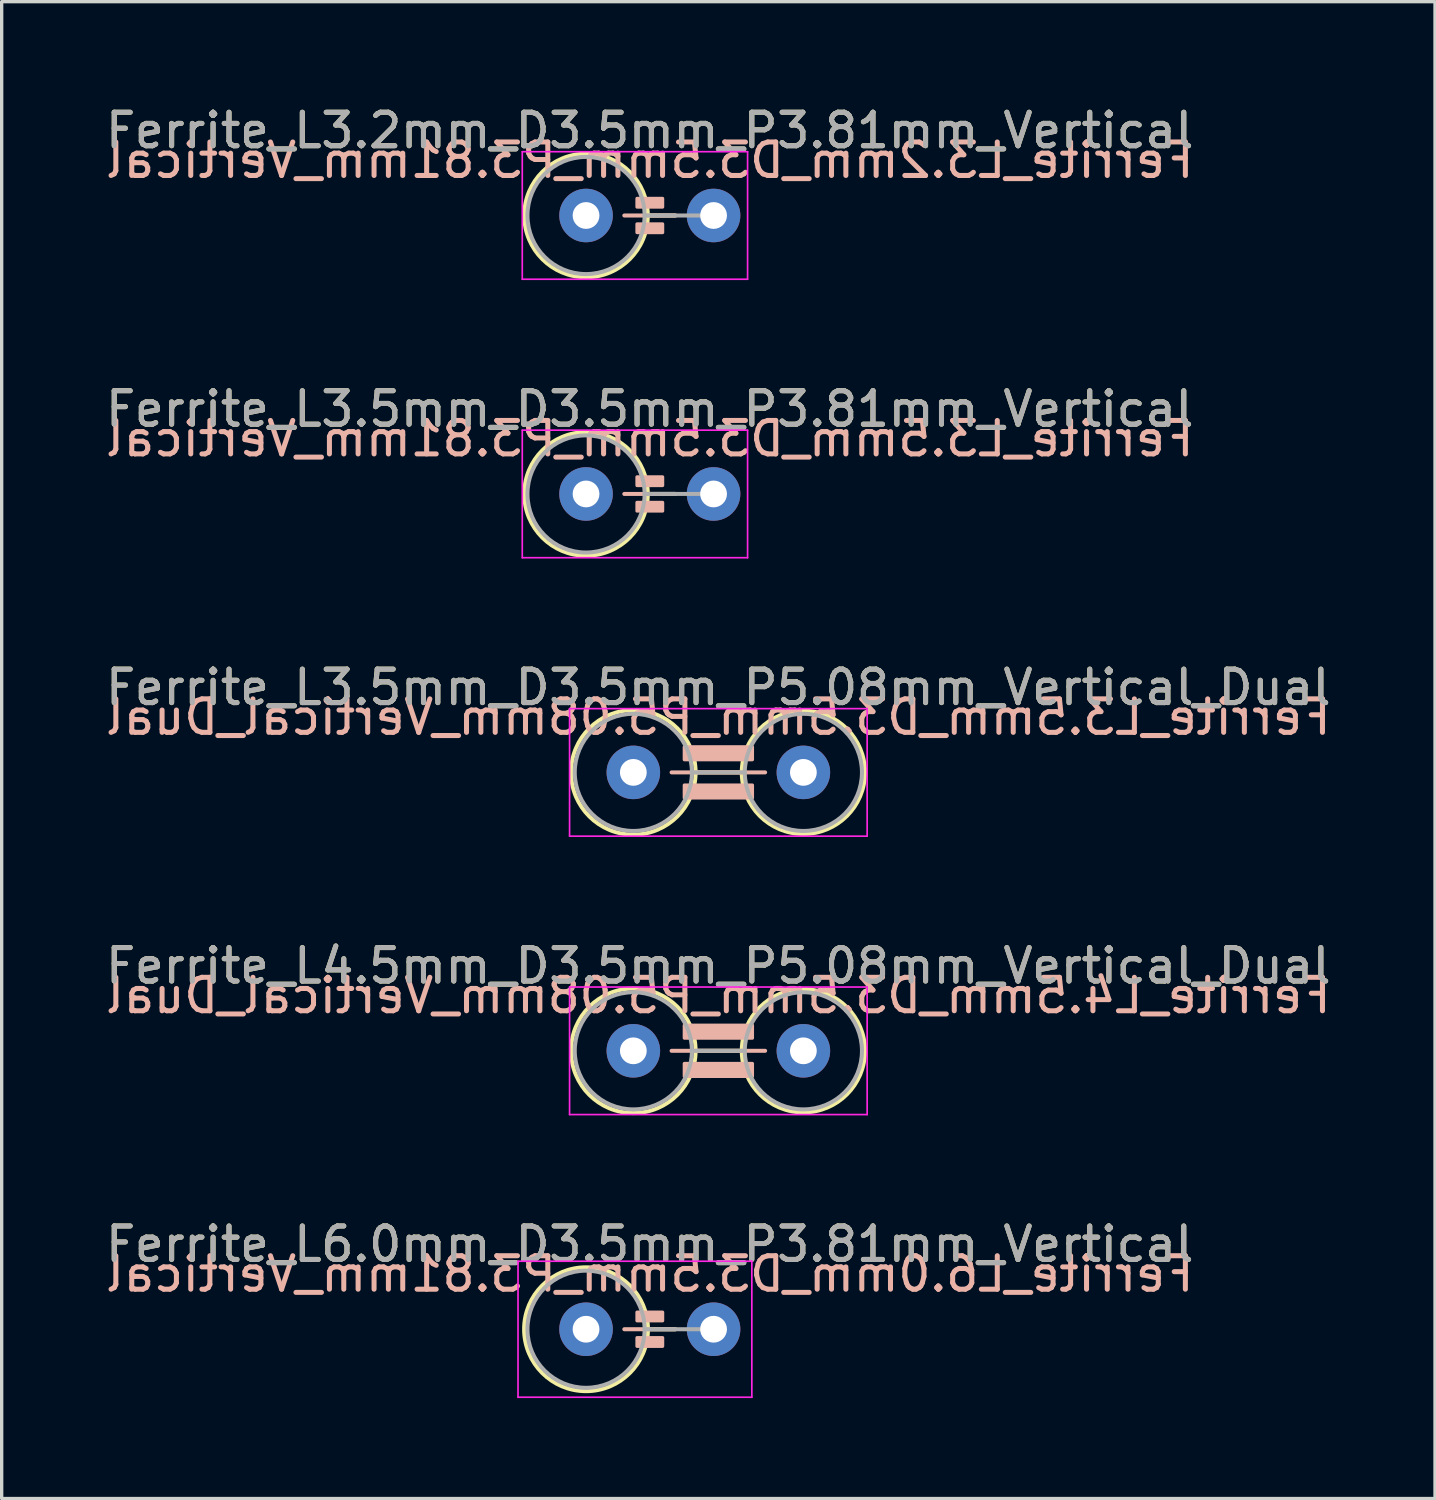
<source format=kicad_pcb>
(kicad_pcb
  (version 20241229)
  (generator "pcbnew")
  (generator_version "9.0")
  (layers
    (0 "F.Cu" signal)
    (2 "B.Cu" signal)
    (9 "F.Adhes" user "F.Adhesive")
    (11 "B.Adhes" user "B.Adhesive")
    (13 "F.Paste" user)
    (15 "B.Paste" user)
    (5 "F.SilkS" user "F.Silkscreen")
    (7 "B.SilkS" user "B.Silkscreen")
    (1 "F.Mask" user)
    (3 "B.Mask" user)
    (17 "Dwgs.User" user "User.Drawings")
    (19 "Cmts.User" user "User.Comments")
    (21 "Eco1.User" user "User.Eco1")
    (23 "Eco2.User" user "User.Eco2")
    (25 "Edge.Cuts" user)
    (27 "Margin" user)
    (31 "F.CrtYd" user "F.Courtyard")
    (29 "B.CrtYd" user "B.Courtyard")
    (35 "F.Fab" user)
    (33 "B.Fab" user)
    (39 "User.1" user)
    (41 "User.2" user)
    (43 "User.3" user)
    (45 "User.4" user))
  (footprint "Ferrite_L3.5mm_D3.5mm_P5.08mm_Vertical_Dual"
    (layer "F.Cu")
    (at 15.871 20.025)
    (property "Reference" "Ferrite_L3.5mm_D3.5mm_P5.08mm_Vertical_Dual" (at 2.54 -2.54 0) (layer "F.SilkS") (effects (font (size 1 1) (thickness 0.15))))
    (fp_line (start 1.86 0) (end 3.24 0) (stroke (width 0.12) (type solid)) (layer "F.SilkS"))
    (fp_circle (center 0 0) (end -1.86 0) (stroke (width 0.12) (type solid)) (fill no) (layer "F.SilkS"))
    (fp_circle (center 5.08 0) (end 3.24 0) (stroke (width 0.12) (type solid)) (fill no) (layer "F.SilkS"))
    (fp_line (start 3.937 0) (end 1.143 0) (stroke (width 0.12) (type solid)) (layer "B.SilkS"))
    (fp_rect (start 1.524 -0.762) (end 3.556 -0.381) (stroke (width 0.1) (type solid)) (fill yes) (layer "B.SilkS"))
    (fp_rect (start 1.524 0.381) (end 3.556 0.762) (stroke (width 0.1) (type solid)) (fill yes) (layer "B.SilkS"))
    (fp_line (start -1.905 -1.905) (end 6.985 -1.905) (stroke (width 0.05) (type solid)) (layer "F.CrtYd"))
    (fp_line (start -1.905 1.905) (end -1.905 -1.905) (stroke (width 0.05) (type solid)) (layer "F.CrtYd"))
    (fp_line (start 6.985 -1.905) (end 6.985 1.905) (stroke (width 0.05) (type solid)) (layer "F.CrtYd"))
    (fp_line (start 6.985 1.905) (end -1.905 1.905) (stroke (width 0.05) (type solid)) (layer "F.CrtYd"))
    (fp_line (start 1.75 0) (end 3.33 0) (stroke (width 0.12) (type solid)) (layer "F.Fab"))
    (fp_circle (center 0 0) (end -1.75 0) (stroke (width 0.12) (type solid)) (fill no) (layer "F.Fab"))
    (fp_circle (center 5.08 0) (end 3.33 0) (stroke (width 0.12) (type solid)) (fill no) (layer "F.Fab"))
    (fp_text user "${REFERENCE}" (at 2.54 -1.651 0) (layer "B.SilkS") (effects (font (size 1 1) (thickness 0.15)) (justify mirror)))
    (fp_text user "${REFERENCE}" (at 2.54 -2.539 0) (layer "F.Fab") (effects (font (size 1 1) (thickness 0.15))))
    (pad "1" thru_hole circle (at 0 0) (size 1.6 1.6) (drill 0.8) (layers "*.Cu" "*.Mask"))
    (pad "2" thru_hole circle (at 5.08 0) (size 1.6 1.6) (drill 0.8) (layers "*.Cu" "*.Mask")))
  (footprint "Ferrite_L3.5mm_D3.5mm_P3.81mm_Vertical"
    (layer "F.Cu")
    (at 14.458 11.707)
    (property "Reference" "Ferrite_L3.5mm_D3.5mm_P3.81mm_Vertical" (at 1.905 -2.54 0) (layer "F.SilkS") (effects (font (size 1 1) (thickness 0.15))))
    (fp_line (start 1.845 0) (end 2.667 0) (stroke (width 0.12) (type solid)) (layer "F.SilkS"))
    (fp_circle (center 0 0) (end -1.845 0) (stroke (width 0.12) (type solid)) (fill no) (layer "F.SilkS"))
    (fp_line (start 2.667 0) (end 1.143 0) (stroke (width 0.12) (type solid)) (layer "B.SilkS"))
    (fp_rect (start 1.524 -0.508) (end 2.286 -0.254) (stroke (width 0.1) (type solid)) (fill yes) (layer "B.SilkS"))
    (fp_rect (start 1.524 0.254) (end 2.286 0.508) (stroke (width 0.1) (type solid)) (fill yes) (layer "B.SilkS"))
    (fp_line (start -1.905 -1.905) (end 4.826 -1.905) (stroke (width 0.05) (type solid)) (layer "F.CrtYd"))
    (fp_line (start -1.905 1.905) (end -1.905 -1.905) (stroke (width 0.05) (type solid)) (layer "F.CrtYd"))
    (fp_line (start 4.826 -1.905) (end 4.826 1.905) (stroke (width 0.05) (type solid)) (layer "F.CrtYd"))
    (fp_line (start 4.826 1.905) (end -1.905 1.905) (stroke (width 0.05) (type solid)) (layer "F.CrtYd"))
    (fp_line (start 1.75 0) (end 3.81 0) (stroke (width 0.12) (type solid)) (layer "F.Fab"))
    (fp_circle (center 0 0) (end -1.75 0) (stroke (width 0.12) (type solid)) (fill no) (layer "F.Fab"))
    (fp_text user "${REFERENCE}" (at 1.905 -1.651 0) (layer "B.SilkS") (effects (font (size 1 1) (thickness 0.15)) (justify mirror)))
    (fp_text user "${REFERENCE}" (at 1.905 -2.539 0) (layer "F.Fab") (effects (font (size 1 1) (thickness 0.15))))
    (pad "1" thru_hole circle (at 0 0) (size 1.6 1.6) (drill 0.8) (layers "*.Cu" "*.Mask"))
    (pad "2" thru_hole circle (at 3.81 0) (size 1.6 1.6) (drill 0.8) (layers "*.Cu" "*.Mask")))
  (footprint "Ferrite_L3.2mm_D3.5mm_P3.81mm_Vertical"
    (layer "F.Cu")
    (at 14.458 3.388)
    (property "Reference" "Ferrite_L3.2mm_D3.5mm_P3.81mm_Vertical" (at 1.905 -2.54 0) (layer "F.SilkS") (effects (font (size 1 1) (thickness 0.15))))
    (fp_line (start 1.845 0) (end 2.667 0) (stroke (width 0.12) (type solid)) (layer "F.SilkS"))
    (fp_circle (center 0 0) (end -1.845 0) (stroke (width 0.12) (type solid)) (fill no) (layer "F.SilkS"))
    (fp_line (start 2.667 0) (end 1.143 0) (stroke (width 0.12) (type solid)) (layer "B.SilkS"))
    (fp_rect (start 1.524 -0.508) (end 2.286 -0.254) (stroke (width 0.1) (type solid)) (fill yes) (layer "B.SilkS"))
    (fp_rect (start 1.524 0.254) (end 2.286 0.508) (stroke (width 0.1) (type solid)) (fill yes) (layer "B.SilkS"))
    (fp_line (start -1.905 -1.905) (end 4.826 -1.905) (stroke (width 0.05) (type solid)) (layer "F.CrtYd"))
    (fp_line (start -1.905 1.905) (end -1.905 -1.905) (stroke (width 0.05) (type solid)) (layer "F.CrtYd"))
    (fp_line (start 4.826 -1.905) (end 4.826 1.905) (stroke (width 0.05) (type solid)) (layer "F.CrtYd"))
    (fp_line (start 4.826 1.905) (end -1.905 1.905) (stroke (width 0.05) (type solid)) (layer "F.CrtYd"))
    (fp_line (start 1.75 0) (end 3.81 0) (stroke (width 0.12) (type solid)) (layer "F.Fab"))
    (fp_circle (center 0 0) (end -1.75 0) (stroke (width 0.12) (type solid)) (fill no) (layer "F.Fab"))
    (fp_text user "${REFERENCE}" (at 1.905 -1.651 0) (layer "B.SilkS") (effects (font (size 1 1) (thickness 0.15)) (justify mirror)))
    (fp_text user "${REFERENCE}" (at 1.905 -2.539 0) (layer "F.Fab") (effects (font (size 1 1) (thickness 0.15))))
    (pad "1" thru_hole circle (at 0 0) (size 1.6 1.6) (drill 0.8) (layers "*.Cu" "*.Mask"))
    (pad "2" thru_hole circle (at 3.81 0) (size 1.6 1.6) (drill 0.8) (layers "*.Cu" "*.Mask")))
  (footprint "Ferrite_L4.5mm_D3.5mm_P5.08mm_Vertical_Dual"
    (layer "F.Cu")
    (at 15.871 28.343)
    (property "Reference" "Ferrite_L4.5mm_D3.5mm_P5.08mm_Vertical_Dual" (at 2.54 -2.54 0) (layer "F.SilkS") (effects (font (size 1 1) (thickness 0.15))))
    (fp_line (start 1.86 0) (end 3.24 0) (stroke (width 0.12) (type solid)) (layer "F.SilkS"))
    (fp_circle (center 0 0) (end -1.86 0) (stroke (width 0.12) (type solid)) (fill no) (layer "F.SilkS"))
    (fp_circle (center 5.08 0) (end 3.24 0) (stroke (width 0.12) (type solid)) (fill no) (layer "F.SilkS"))
    (fp_line (start 3.937 0) (end 1.143 0) (stroke (width 0.12) (type solid)) (layer "B.SilkS"))
    (fp_rect (start 1.524 -0.762) (end 3.556 -0.381) (stroke (width 0.1) (type solid)) (fill yes) (layer "B.SilkS"))
    (fp_rect (start 1.524 0.381) (end 3.556 0.762) (stroke (width 0.1) (type solid)) (fill yes) (layer "B.SilkS"))
    (fp_line (start -1.905 -1.905) (end 6.985 -1.905) (stroke (width 0.05) (type solid)) (layer "F.CrtYd"))
    (fp_line (start -1.905 1.905) (end -1.905 -1.905) (stroke (width 0.05) (type solid)) (layer "F.CrtYd"))
    (fp_line (start 6.985 -1.905) (end 6.985 1.905) (stroke (width 0.05) (type solid)) (layer "F.CrtYd"))
    (fp_line (start 6.985 1.905) (end -1.905 1.905) (stroke (width 0.05) (type solid)) (layer "F.CrtYd"))
    (fp_line (start 1.75 0) (end 3.33 0) (stroke (width 0.12) (type solid)) (layer "F.Fab"))
    (fp_circle (center 0 0) (end -1.75 0) (stroke (width 0.12) (type solid)) (fill no) (layer "F.Fab"))
    (fp_circle (center 5.08 0) (end 3.33 0) (stroke (width 0.12) (type solid)) (fill no) (layer "F.Fab"))
    (fp_text user "${REFERENCE}" (at 2.54 -1.651 0) (layer "B.SilkS") (effects (font (size 1 1) (thickness 0.15)) (justify mirror)))
    (fp_text user "${REFERENCE}" (at 2.54 -2.539 0) (layer "F.Fab") (effects (font (size 1 1) (thickness 0.15))))
    (pad "1" thru_hole circle (at 0 0) (size 1.6 1.6) (drill 0.8) (layers "*.Cu" "*.Mask"))
    (pad "2" thru_hole circle (at 5.08 0) (size 1.6 1.6) (drill 0.8) (layers "*.Cu" "*.Mask")))
  (footprint "Ferrite_L6.0mm_D3.5mm_P3.81mm_Vertical"
    (layer "F.Cu")
    (at 14.458 36.661)
    (property "Reference" "Ferrite_L6.0mm_D3.5mm_P3.81mm_Vertical" (at 1.905 -2.54 0) (layer "F.SilkS") (effects (font (size 1 1) (thickness 0.15))))
    (fp_line (start 1.85 0) (end 2.667 0) (stroke (width 0.12) (type solid)) (layer "F.SilkS"))
    (fp_circle (center 0 0) (end 0 -1.85) (stroke (width 0.12) (type solid)) (fill no) (layer "F.SilkS"))
    (fp_line (start 2.667 0) (end 1.143 0) (stroke (width 0.12) (type solid)) (layer "B.SilkS"))
    (fp_rect (start 1.524 -0.508) (end 2.286 -0.254) (stroke (width 0.1) (type solid)) (fill yes) (layer "B.SilkS"))
    (fp_rect (start 1.524 0.254) (end 2.286 0.508) (stroke (width 0.1) (type solid)) (fill yes) (layer "B.SilkS"))
    (fp_line (start -2.032 -2.032) (end 4.953 -2.032) (stroke (width 0.05) (type solid)) (layer "F.CrtYd"))
    (fp_line (start -2.032 2.032) (end -2.032 -2.032) (stroke (width 0.05) (type solid)) (layer "F.CrtYd"))
    (fp_line (start 4.953 -2.032) (end 4.953 2.032) (stroke (width 0.05) (type solid)) (layer "F.CrtYd"))
    (fp_line (start 4.953 2.032) (end -2.032 2.032) (stroke (width 0.05) (type solid)) (layer "F.CrtYd"))
    (fp_line (start 1.75 0) (end 3.81 0) (stroke (width 0.12) (type solid)) (layer "F.Fab"))
    (fp_circle (center 0 0) (end 0 -1.75) (stroke (width 0.12) (type solid)) (fill no) (layer "F.Fab"))
    (fp_text user "${REFERENCE}" (at 1.905 -1.651 0) (layer "B.SilkS") (effects (font (size 1 1) (thickness 0.15)) (justify mirror)))
    (fp_text user "${REFERENCE}" (at 1.905 -2.539 0) (layer "F.Fab") (effects (font (size 1 1) (thickness 0.15))))
    (pad "1" thru_hole circle (at 0 0) (size 1.6 1.6) (drill 0.8) (layers "*.Cu" "*.Mask"))
    (pad "2" thru_hole circle (at 3.81 0) (size 1.6 1.6) (drill 0.8) (layers "*.Cu" "*.Mask")))
  (gr_rect
    (start -3 -3)
    (end 39.821 41.718)
    (stroke (width 0.1) (type default))
    (fill no)
    (layer "Edge.Cuts")))
</source>
